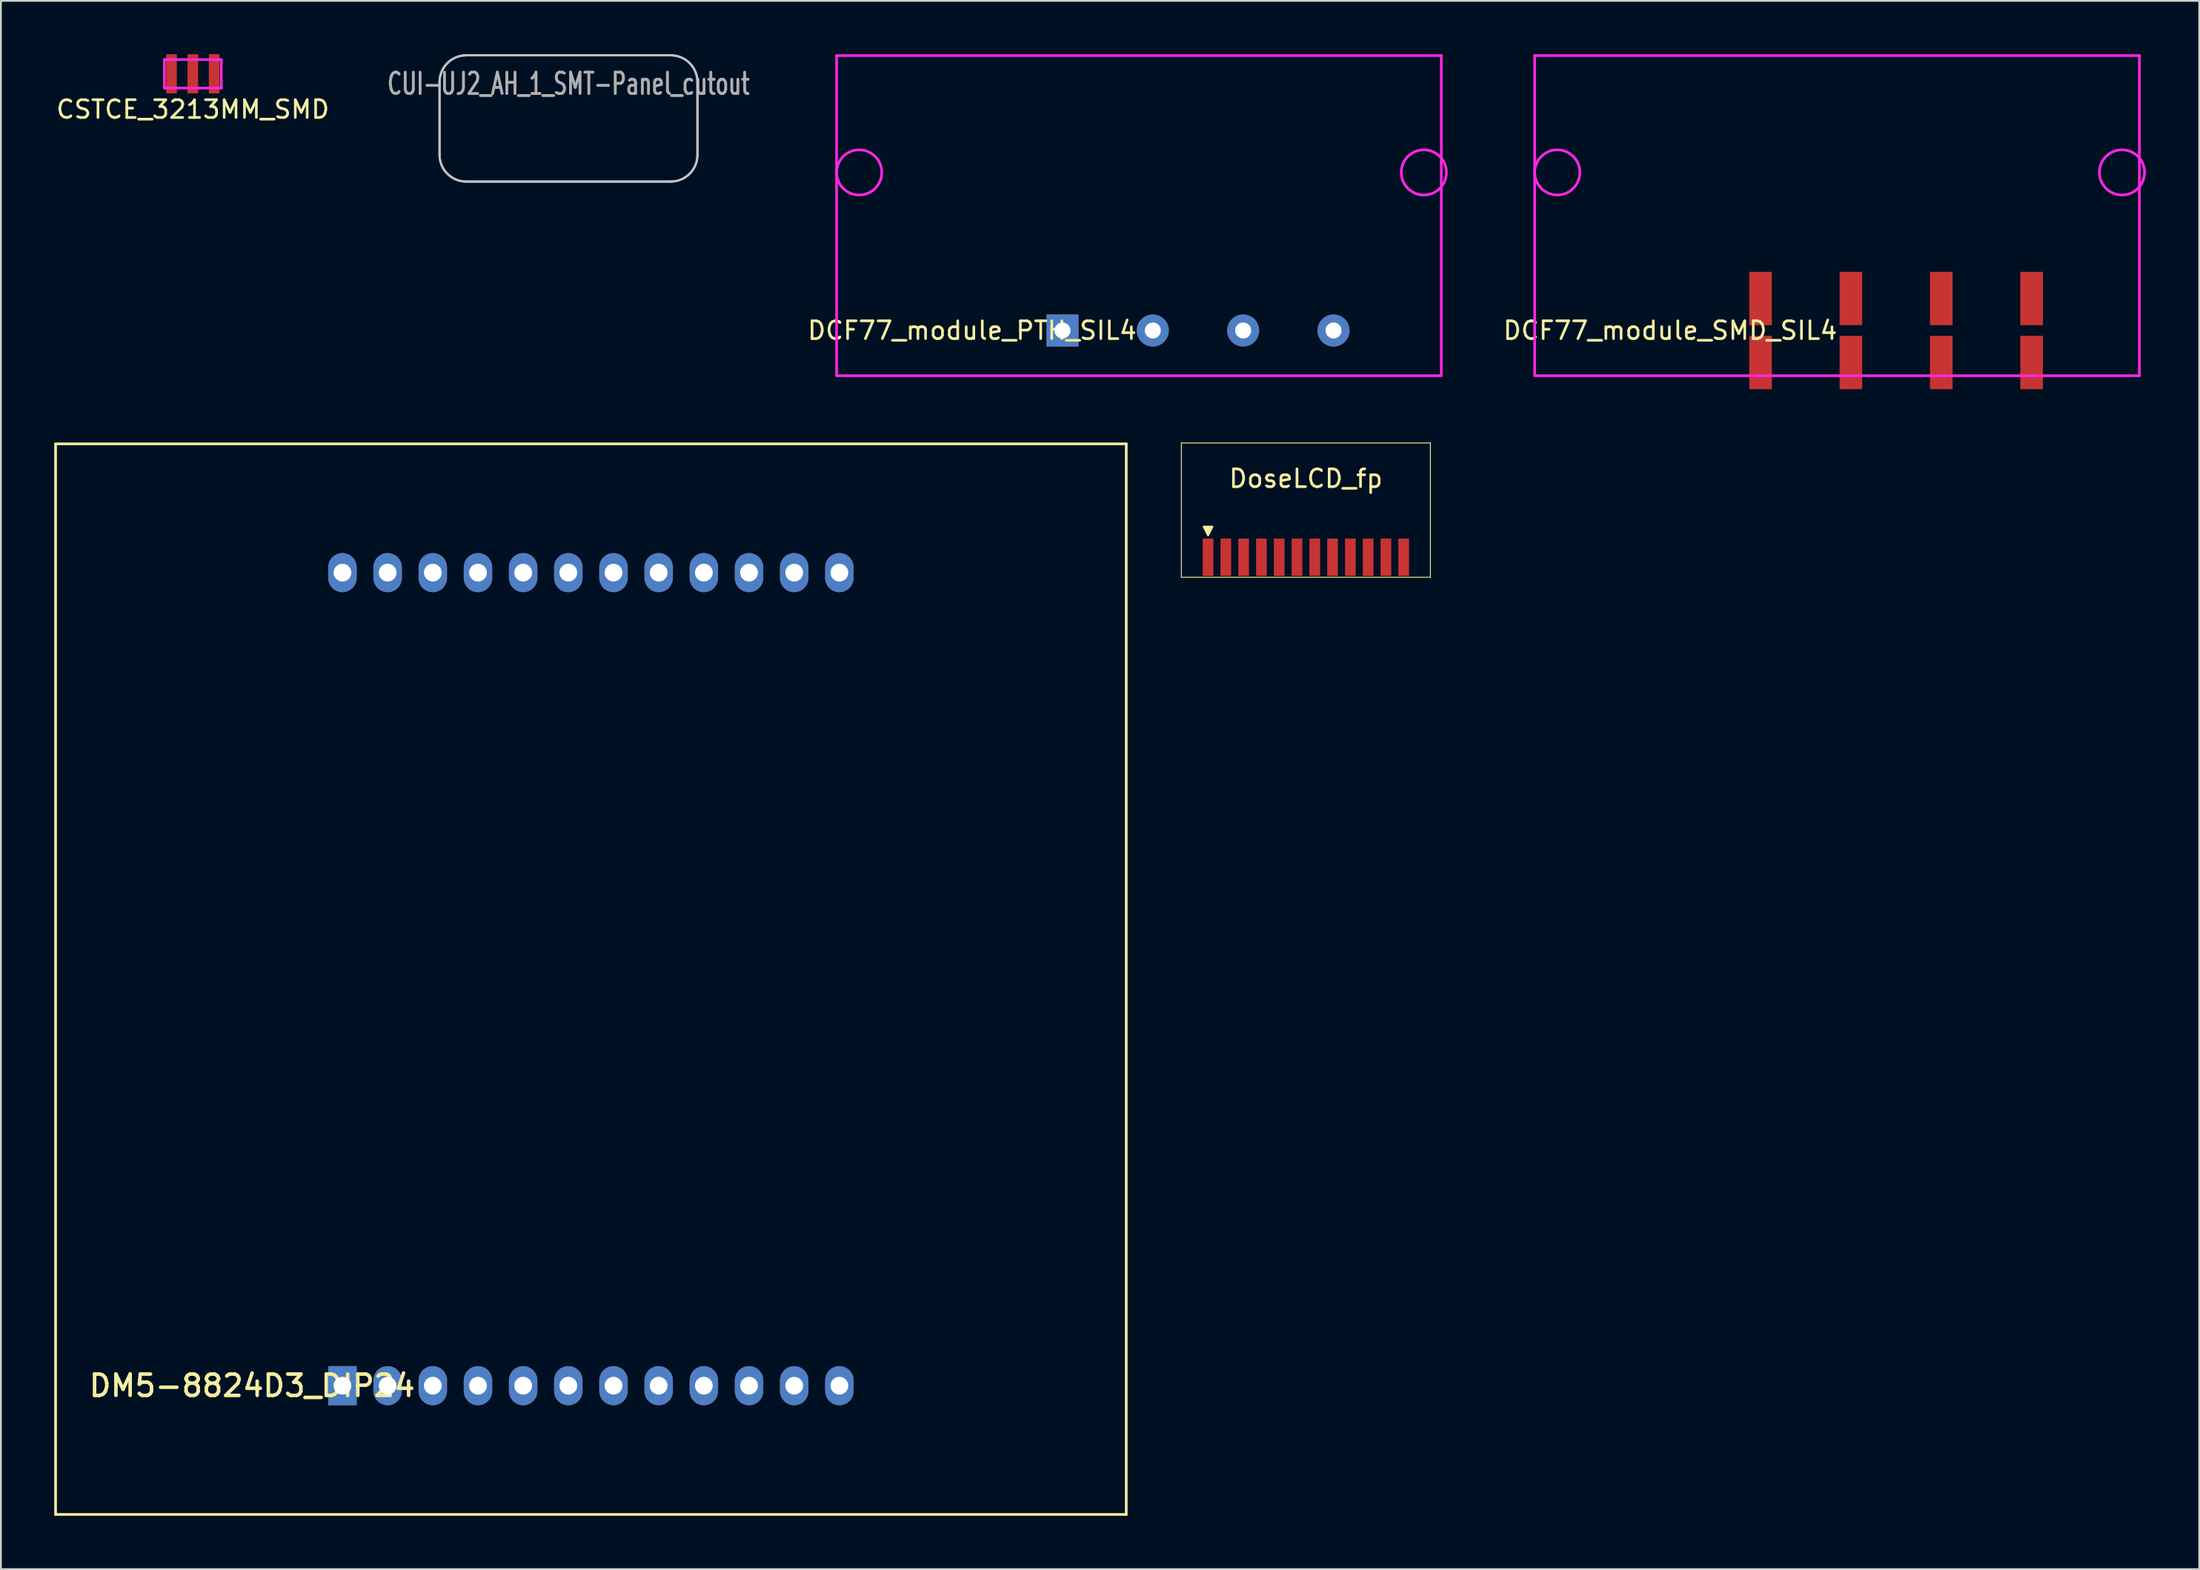
<source format=kicad_pcb>
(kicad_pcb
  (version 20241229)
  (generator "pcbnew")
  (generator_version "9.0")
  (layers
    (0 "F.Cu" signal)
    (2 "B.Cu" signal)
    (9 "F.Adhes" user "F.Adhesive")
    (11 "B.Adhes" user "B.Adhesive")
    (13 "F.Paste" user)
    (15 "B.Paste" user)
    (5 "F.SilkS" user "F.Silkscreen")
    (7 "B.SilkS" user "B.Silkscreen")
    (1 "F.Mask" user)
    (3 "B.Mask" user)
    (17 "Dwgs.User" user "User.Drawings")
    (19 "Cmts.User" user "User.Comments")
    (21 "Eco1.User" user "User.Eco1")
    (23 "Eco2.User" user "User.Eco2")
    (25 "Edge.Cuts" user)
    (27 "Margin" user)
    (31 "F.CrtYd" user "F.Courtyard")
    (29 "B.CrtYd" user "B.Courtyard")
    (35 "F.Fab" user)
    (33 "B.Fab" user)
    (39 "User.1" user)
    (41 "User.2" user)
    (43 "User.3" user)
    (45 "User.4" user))
  (footprint "DoseLCD_fp"
    (layer "F.Cu")
    (at 70.375 25.61)
    (property "Reference" "DoseLCD_fp" (at 0 -1.75 0) (layer "F.SilkS") (effects (font (size 1 1) (thickness 0.15))))
    (attr smd)
    (fp_poly (pts (xy -6 1.625) (xy 6 1.625) (xy 6 3.725) (xy -6 3.725)) (stroke (width 0.1) (type solid)) (fill yes) (layer "F.Mask"))
    (fp_line (start -7 -3.75) (end -7 3.8) (stroke (width 0.05) (type solid)) (layer "F.SilkS"))
    (fp_line (start -7 3.8) (end 7 3.8) (stroke (width 0.05) (type solid)) (layer "F.SilkS"))
    (fp_line (start 7 -3.75) (end -7 -3.75) (stroke (width 0.05) (type solid)) (layer "F.SilkS"))
    (fp_line (start 7 3.8) (end 7 -3.75) (stroke (width 0.05) (type solid)) (layer "F.SilkS"))
    (fp_poly (pts (xy -5.5 1.45) (xy -5.75 0.95) (xy -5.25 0.95)) (stroke (width 0.1) (type solid)) (fill yes) (layer "F.SilkS"))
    (pad "1" smd rect (at -5.5 2.675) (size 0.6 2.1) (layers "F.Cu" "F.Mask"))
    (pad "2" smd rect (at -4.5 2.675) (size 0.6 2.1) (layers "F.Cu" "F.Mask"))
    (pad "3" smd rect (at -3.5 2.675) (size 0.6 2.1) (layers "F.Cu" "F.Mask"))
    (pad "4" smd rect (at -2.5 2.675) (size 0.6 2.1) (layers "F.Cu" "F.Mask"))
    (pad "5" smd rect (at -1.5 2.675) (size 0.6 2.1) (layers "F.Cu" "F.Mask"))
    (pad "6" smd rect (at -0.5 2.675) (size 0.6 2.1) (layers "F.Cu" "F.Mask"))
    (pad "7" smd rect (at 0.5 2.675) (size 0.6 2.1) (layers "F.Cu" "F.Mask"))
    (pad "8" smd rect (at 1.5 2.675) (size 0.6 2.1) (layers "F.Cu" "F.Mask"))
    (pad "9" smd rect (at 2.5 2.675) (size 0.6 2.1) (layers "F.Cu" "F.Mask"))
    (pad "10" smd rect (at 3.5 2.675) (size 0.6 2.1) (layers "F.Cu" "F.Mask"))
    (pad "11" smd rect (at 4.5 2.675) (size 0.6 2.1) (layers "F.Cu" "F.Mask"))
    (pad "12" smd rect (at 5.5 2.675) (size 0.6 2.1) (layers "F.Cu" "F.Mask")))
  (footprint "DCF77_module_SMD_SIL4"
    (layer "F.Cu")
    (at 101.02 15.535)
    (property "Reference" "DCF77_module_SMD_SIL4" (at -10.16 0 0) (layer "F.SilkS") (effects (font (size 1 1) (thickness 0.15))))
    (attr through_hole)
    (fp_line (start -17.78 -15.46) (end 16.22 -15.46) (stroke (width 0.15) (type solid)) (layer "F.CrtYd"))
    (fp_line (start -17.78 2.54) (end -17.78 -15.46) (stroke (width 0.15) (type solid)) (layer "F.CrtYd"))
    (fp_line (start 16.22 -15.46) (end 16.22 2.54) (stroke (width 0.15) (type solid)) (layer "F.CrtYd"))
    (fp_line (start 16.22 2.54) (end -17.78 2.54) (stroke (width 0.15) (type solid)) (layer "F.CrtYd"))
    (fp_circle (center -16.51 -8.89) (end -15.24 -8.89) (stroke (width 0.15) (type solid)) (fill no) (layer "F.CrtYd"))
    (fp_circle (center 15.24 -8.89) (end 13.97 -8.89) (stroke (width 0.15) (type solid)) (fill no) (layer "F.CrtYd"))
    (pad "1" smd rect (at -5.08 -1.8) (size 1.27 3) (layers "F.Cu" "F.Mask" "F.Paste"))
    (pad "1" smd rect (at -5.08 1.8) (size 1.27 3) (layers "F.Cu" "F.Mask" "F.Paste"))
    (pad "2" smd rect (at 0 -1.8) (size 1.27 3) (layers "F.Cu" "F.Mask" "F.Paste"))
    (pad "2" smd rect (at 0 1.8) (size 1.27 3) (layers "F.Cu" "F.Mask" "F.Paste"))
    (pad "3" smd rect (at 5.08 -1.8) (size 1.27 3) (layers "F.Cu" "F.Mask" "F.Paste"))
    (pad "3" smd rect (at 5.08 1.8) (size 1.27 3) (layers "F.Cu" "F.Mask" "F.Paste"))
    (pad "4" smd rect (at 10.16 -1.8) (size 1.27 3) (layers "F.Cu" "F.Mask" "F.Paste"))
    (pad "4" smd rect (at 10.16 1.8) (size 1.27 3) (layers "F.Cu" "F.Mask" "F.Paste")))
  (footprint "CUI-UJ2_AH_1_SMT-Panel_cutout"
    (layer "F.Cu")
    (at 28.915 7.66)
    (property "Reference" "CUI-UJ2_AH_1_SMT-Panel_cutout" (at 0 -6 0) (layer "F.Fab") (effects (font (size 1.2 0.8) (thickness 0.16))))
    (attr through_hole)
    (fp_line (start -7.25 -6.1) (end -7.25 -2) (stroke (width 0.12) (type solid)) (layer "Dwgs.User"))
    (fp_line (start -5.75 -0.5) (end 5.75 -0.5) (stroke (width 0.12) (type solid)) (layer "Dwgs.User"))
    (fp_line (start 5.75 -7.6) (end -5.75 -7.6) (stroke (width 0.12) (type solid)) (layer "Dwgs.User"))
    (fp_line (start 7.25 -2) (end 7.25 -6.1) (stroke (width 0.12) (type solid)) (layer "Dwgs.User"))
    (fp_arc (start -7.25 -6.1) (mid -6.81066 -7.16066) (end -5.75 -7.6) (stroke (width 0.12) (type solid)) (layer "Dwgs.User"))
    (fp_arc (start -5.75 -0.5) (mid -6.81066 -0.93934) (end -7.25 -2) (stroke (width 0.12) (type solid)) (layer "Dwgs.User"))
    (fp_arc (start 5.75 -7.6) (mid 6.81066 -7.16066) (end 7.25 -6.1) (stroke (width 0.12) (type solid)) (layer "Dwgs.User"))
    (fp_arc (start 7.25 -2) (mid 6.81066 -0.93934) (end 5.75 -0.5) (stroke (width 0.12) (type solid)) (layer "Dwgs.User"))
    (fp_line (start -7.25 -6.1) (end -7.25 -2) (stroke (width 0.12) (type solid)) (layer "Edge.Cuts"))
    (fp_line (start -5.75 -0.5) (end 5.75 -0.5) (stroke (width 0.12) (type solid)) (layer "Edge.Cuts"))
    (fp_line (start 5.75 -7.6) (end -5.75 -7.6) (stroke (width 0.12) (type solid)) (layer "Edge.Cuts"))
    (fp_line (start 7.25 -2) (end 7.25 -6.1) (stroke (width 0.12) (type solid)) (layer "Edge.Cuts"))
    (fp_arc (start -7.25 -6.1) (mid -6.81066 -7.16066) (end -5.75 -7.6) (stroke (width 0.12) (type solid)) (layer "Edge.Cuts"))
    (fp_arc (start -5.75 -0.5) (mid -6.81066 -0.93934) (end -7.25 -2) (stroke (width 0.12) (type solid)) (layer "Edge.Cuts"))
    (fp_arc (start 5.75 -7.6) (mid 6.81066 -7.16066) (end 7.25 -6.1) (stroke (width 0.12) (type solid)) (layer "Edge.Cuts"))
    (fp_arc (start 7.25 -2) (mid 6.81066 -0.93934) (end 5.75 -0.5) (stroke (width 0.12) (type solid)) (layer "Edge.Cuts")))
  (footprint "DCF77_module_PTH_SIL4"
    (layer "F.Cu")
    (at 61.769 15.535)
    (property "Reference" "DCF77_module_PTH_SIL4" (at -10.16 0 0) (layer "F.SilkS") (effects (font (size 1 1) (thickness 0.15))))
    (attr through_hole)
    (fp_line (start -17.78 -15.46) (end 16.22 -15.46) (stroke (width 0.15) (type solid)) (layer "F.CrtYd"))
    (fp_line (start -17.78 2.54) (end -17.78 -15.46) (stroke (width 0.15) (type solid)) (layer "F.CrtYd"))
    (fp_line (start 16.22 -15.46) (end 16.22 2.54) (stroke (width 0.15) (type solid)) (layer "F.CrtYd"))
    (fp_line (start 16.22 2.54) (end -17.78 2.54) (stroke (width 0.15) (type solid)) (layer "F.CrtYd"))
    (fp_circle (center -16.51 -8.89) (end -15.24 -8.89) (stroke (width 0.15) (type solid)) (fill no) (layer "F.CrtYd"))
    (fp_circle (center 15.24 -8.89) (end 13.97 -8.89) (stroke (width 0.15) (type solid)) (fill no) (layer "F.CrtYd"))
    (pad "1" thru_hole rect (at -5.08 0) (size 1.8 1.8) (drill 0.9) (layers "*.Cu" "*.Mask"))
    (pad "2" thru_hole circle (at 0 0) (size 1.8 1.8) (drill 0.9) (layers "*.Cu" "*.Mask"))
    (pad "3" thru_hole circle (at 5.08 0) (size 1.8 1.8) (drill 0.9) (layers "*.Cu" "*.Mask"))
    (pad "4" thru_hole circle (at 10.16 0) (size 1.8 1.8) (drill 0.9) (layers "*.Cu" "*.Mask")))
  (footprint "DM5-8824D3_DIP24"
    (layer "F.Cu")
    (at 30.175 52.01)
    (property "Reference" "DM5-8824D3_DIP24" (at -19.05 22.86 0) (layer "F.SilkS") (effects (font (size 1.2 1.2) (thickness 0.2))))
    (attr through_hole)
    (fp_line (start -30.1 -30.1) (end -30.1 30.1) (stroke (width 0.15) (type solid)) (layer "F.SilkS"))
    (fp_line (start -30.1 30.1) (end 30.1 30.1) (stroke (width 0.15) (type solid)) (layer "F.SilkS"))
    (fp_line (start 30.1 -30.1) (end -30.1 -30.1) (stroke (width 0.15) (type solid)) (layer "F.SilkS"))
    (fp_line (start 30.1 30.1) (end 30.1 -30.1) (stroke (width 0.15) (type solid)) (layer "F.SilkS"))
    (pad "1" thru_hole rect (at -13.97 22.86) (size 1.6 2.2) (drill 1) (layers "*.Cu" "*.Mask"))
    (pad "2" thru_hole oval (at -11.43 22.86) (size 1.6 2.2) (drill 1) (layers "*.Cu" "*.Mask"))
    (pad "3" thru_hole oval (at -8.89 22.86) (size 1.6 2.2) (drill 1) (layers "*.Cu" "*.Mask"))
    (pad "4" thru_hole oval (at -6.35 22.86) (size 1.6 2.2) (drill 1) (layers "*.Cu" "*.Mask"))
    (pad "5" thru_hole oval (at -3.81 22.86) (size 1.6 2.2) (drill 1) (layers "*.Cu" "*.Mask"))
    (pad "6" thru_hole oval (at -1.27 22.86) (size 1.6 2.2) (drill 1) (layers "*.Cu" "*.Mask"))
    (pad "7" thru_hole oval (at 1.27 22.86) (size 1.6 2.2) (drill 1) (layers "*.Cu" "*.Mask"))
    (pad "8" thru_hole oval (at 3.81 22.86) (size 1.6 2.2) (drill 1) (layers "*.Cu" "*.Mask"))
    (pad "9" thru_hole oval (at 6.35 22.86) (size 1.6 2.2) (drill 1) (layers "*.Cu" "*.Mask"))
    (pad "10" thru_hole oval (at 8.89 22.86) (size 1.6 2.2) (drill 1) (layers "*.Cu" "*.Mask"))
    (pad "11" thru_hole oval (at 11.43 22.86) (size 1.6 2.2) (drill 1) (layers "*.Cu" "*.Mask"))
    (pad "12" thru_hole oval (at 13.97 22.86) (size 1.6 2.2) (drill 1) (layers "*.Cu" "*.Mask"))
    (pad "13" thru_hole oval (at 13.97 -22.86) (size 1.6 2.2) (drill 1) (layers "*.Cu" "*.Mask"))
    (pad "14" thru_hole oval (at 11.43 -22.86) (size 1.6 2.2) (drill 1) (layers "*.Cu" "*.Mask"))
    (pad "15" thru_hole oval (at 8.89 -22.86) (size 1.6 2.2) (drill 1) (layers "*.Cu" "*.Mask"))
    (pad "16" thru_hole oval (at 6.35 -22.86) (size 1.6 2.2) (drill 1) (layers "*.Cu" "*.Mask"))
    (pad "17" thru_hole oval (at 3.81 -22.86) (size 1.6 2.2) (drill 1) (layers "*.Cu" "*.Mask"))
    (pad "18" thru_hole oval (at 1.27 -22.86) (size 1.6 2.2) (drill 1) (layers "*.Cu" "*.Mask"))
    (pad "19" thru_hole oval (at -1.27 -22.86) (size 1.6 2.2) (drill 1) (layers "*.Cu" "*.Mask"))
    (pad "20" thru_hole oval (at -3.81 -22.86) (size 1.6 2.2) (drill 1) (layers "*.Cu" "*.Mask"))
    (pad "21" thru_hole oval (at -6.35 -22.86) (size 1.6 2.2) (drill 1) (layers "*.Cu" "*.Mask"))
    (pad "22" thru_hole oval (at -8.89 -22.86) (size 1.6 2.2) (drill 1) (layers "*.Cu" "*.Mask"))
    (pad "23" thru_hole oval (at -11.43 -22.86) (size 1.6 2.2) (drill 1) (layers "*.Cu" "*.Mask"))
    (pad "24" thru_hole oval (at -13.97 -22.86) (size 1.6 2.2) (drill 1) (layers "*.Cu" "*.Mask")))
  (footprint "CSTCE_3213MM_SMD"
    (layer "F.Cu")
    (at 7.792 1.1)
    (property "Reference" "CSTCE_3213MM_SMD" (at 0 2 0) (layer "F.SilkS") (effects (font (size 1 1) (thickness 0.15))))
    (attr through_hole)
    (fp_line (start -1.6 -0.8) (end 1.6 -0.8) (stroke (width 0.15) (type solid)) (layer "F.CrtYd"))
    (fp_line (start -1.6 0.8) (end -1.6 -0.8) (stroke (width 0.15) (type solid)) (layer "F.CrtYd"))
    (fp_line (start 1.6 -0.8) (end 1.6 0.8) (stroke (width 0.15) (type solid)) (layer "F.CrtYd"))
    (fp_line (start 1.6 0.8) (end -1.6 0.8) (stroke (width 0.15) (type solid)) (layer "F.CrtYd"))
    (pad "1" smd rect (at -1.2 0) (size 0.6 2.2) (layers "F.Cu" "F.Mask" "F.Paste"))
    (pad "2" smd rect (at 0 0) (size 0.6 2.2) (layers "F.Cu" "F.Mask" "F.Paste"))
    (pad "3" smd rect (at 1.2 0) (size 0.6 2.2) (layers "F.Cu" "F.Mask" "F.Paste")))
  (gr_rect
    (start -3 -3)
    (end 120.605 85.185)
    (stroke (width 0.1) (type default))
    (fill no)
    (layer "Edge.Cuts")))
</source>
